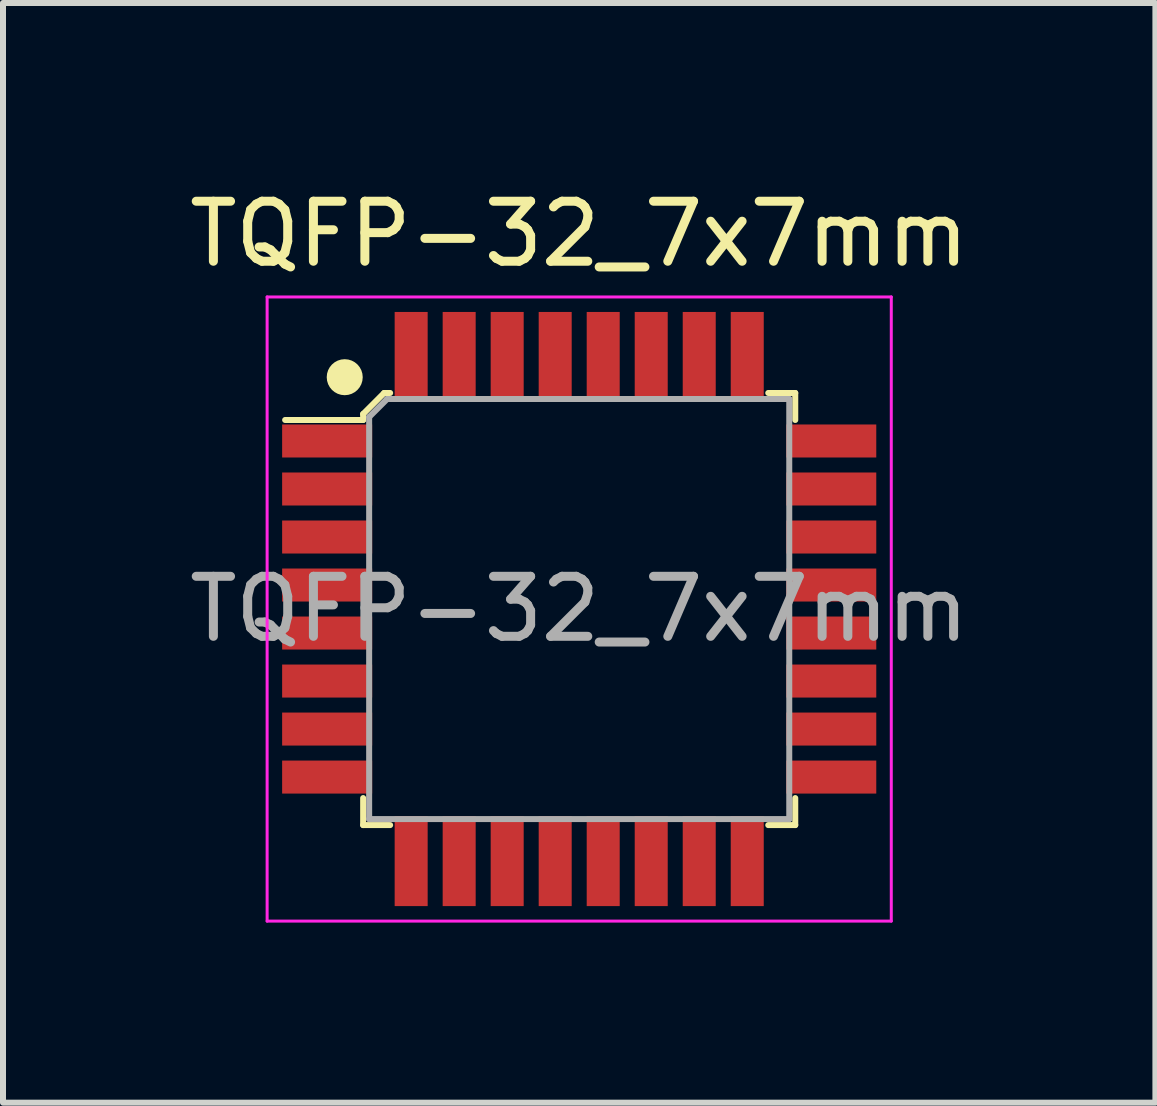
<source format=kicad_pcb>
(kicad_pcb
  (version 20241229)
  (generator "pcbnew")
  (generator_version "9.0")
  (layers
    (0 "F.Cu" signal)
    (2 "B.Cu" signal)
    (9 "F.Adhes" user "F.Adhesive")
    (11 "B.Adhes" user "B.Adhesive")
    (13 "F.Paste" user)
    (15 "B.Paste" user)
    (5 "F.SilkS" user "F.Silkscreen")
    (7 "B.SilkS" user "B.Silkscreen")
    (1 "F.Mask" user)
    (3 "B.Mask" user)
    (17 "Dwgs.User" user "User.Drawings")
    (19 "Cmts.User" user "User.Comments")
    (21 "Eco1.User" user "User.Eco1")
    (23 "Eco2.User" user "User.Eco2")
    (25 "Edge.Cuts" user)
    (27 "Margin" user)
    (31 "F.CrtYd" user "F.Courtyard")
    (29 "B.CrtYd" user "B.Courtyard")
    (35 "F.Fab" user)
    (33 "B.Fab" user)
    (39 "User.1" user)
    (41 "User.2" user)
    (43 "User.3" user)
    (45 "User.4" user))
  (footprint "TQFP-32_7x7mm"
    (layer "F.Cu")
    (at 6.601 7.098)
    (property "Reference" "TQFP-32_7x7mm" (at 0 -6.25 0) (layer "F.SilkS") (effects (font (size 1 1) (thickness 0.15))))
    (attr smd)
    (fp_line (start -3.6 -3.25) (end -3.6 -3.15) (stroke (width 0.1) (type solid)) (layer "F.SilkS"))
    (fp_line (start -3.6 -3.15) (end -4.9 -3.15) (stroke (width 0.1) (type solid)) (layer "F.SilkS"))
    (fp_line (start -3.6 3.6) (end -3.6 3.15) (stroke (width 0.1) (type solid)) (layer "F.SilkS"))
    (fp_line (start -3.6 3.6) (end -3.15 3.6) (stroke (width 0.1) (type solid)) (layer "F.SilkS"))
    (fp_line (start -3.25 -3.6) (end -3.6 -3.25) (stroke (width 0.1) (type solid)) (layer "F.SilkS"))
    (fp_line (start -3.15 -3.6) (end -3.25 -3.6) (stroke (width 0.1) (type solid)) (layer "F.SilkS"))
    (fp_line (start 3.6 -3.6) (end 3.15 -3.6) (stroke (width 0.1) (type solid)) (layer "F.SilkS"))
    (fp_line (start 3.6 -3.6) (end 3.6 -3.15) (stroke (width 0.1) (type solid)) (layer "F.SilkS"))
    (fp_line (start 3.6 3.6) (end 3.15 3.6) (stroke (width 0.1) (type solid)) (layer "F.SilkS"))
    (fp_line (start 3.6 3.6) (end 3.6 3.15) (stroke (width 0.1) (type solid)) (layer "F.SilkS"))
    (fp_circle (center -3.907 -3.863) (end -3.757 -3.863) (stroke (width 0.3) (type solid)) (fill no) (layer "F.SilkS"))
    (fp_line (start -5.2 -5.2) (end -5.2 5.2) (stroke (width 0.05) (type solid)) (layer "F.CrtYd"))
    (fp_line (start -5.2 -5.2) (end 5.2 -5.2) (stroke (width 0.05) (type solid)) (layer "F.CrtYd"))
    (fp_line (start -5.2 5.2) (end 5.2 5.2) (stroke (width 0.05) (type solid)) (layer "F.CrtYd"))
    (fp_line (start 5.2 -5.2) (end 5.2 5.2) (stroke (width 0.05) (type solid)) (layer "F.CrtYd"))
    (fp_line (start -3.5 -3.2) (end -3.5 3.5) (stroke (width 0.1) (type solid)) (layer "F.Fab"))
    (fp_line (start -3.5 -3.2) (end -3.2 -3.5) (stroke (width 0.1) (type solid)) (layer "F.Fab"))
    (fp_line (start -3.5 3.5) (end 3.5 3.5) (stroke (width 0.1) (type solid)) (layer "F.Fab"))
    (fp_line (start -3.2 -3.5) (end 3.5 -3.5) (stroke (width 0.1) (type solid)) (layer "F.Fab"))
    (fp_line (start 3.5 -3.5) (end 3.5 3.5) (stroke (width 0.1) (type solid)) (layer "F.Fab"))
    (fp_text user "${REFERENCE}" (at 0 0 0) (layer "F.Fab") (effects (font (size 1 1) (thickness 0.15))))
    (pad "1" smd rect (at -4.2 -2.8) (size 1.5 0.55) (layers "F.Cu" "F.Mask" "F.Paste"))
    (pad "2" smd rect (at -4.2 -2) (size 1.5 0.55) (layers "F.Cu" "F.Mask" "F.Paste"))
    (pad "3" smd rect (at -4.2 -1.2) (size 1.5 0.55) (layers "F.Cu" "F.Mask" "F.Paste"))
    (pad "4" smd rect (at -4.2 -0.4) (size 1.5 0.55) (layers "F.Cu" "F.Mask" "F.Paste"))
    (pad "5" smd rect (at -4.2 0.4) (size 1.5 0.55) (layers "F.Cu" "F.Mask" "F.Paste"))
    (pad "6" smd rect (at -4.2 1.2) (size 1.5 0.55) (layers "F.Cu" "F.Mask" "F.Paste"))
    (pad "7" smd rect (at -4.2 2) (size 1.5 0.55) (layers "F.Cu" "F.Mask" "F.Paste"))
    (pad "8" smd rect (at -4.2 2.8) (size 1.5 0.55) (layers "F.Cu" "F.Mask" "F.Paste"))
    (pad "9" smd rect (at -2.8 4.2) (size 0.55 1.5) (layers "F.Cu" "F.Mask" "F.Paste"))
    (pad "10" smd rect (at -2 4.2) (size 0.55 1.5) (layers "F.Cu" "F.Mask" "F.Paste"))
    (pad "11" smd rect (at -1.2 4.2) (size 0.55 1.5) (layers "F.Cu" "F.Mask" "F.Paste"))
    (pad "12" smd rect (at -0.4 4.2) (size 0.55 1.5) (layers "F.Cu" "F.Mask" "F.Paste"))
    (pad "13" smd rect (at 0.4 4.2) (size 0.55 1.5) (layers "F.Cu" "F.Mask" "F.Paste"))
    (pad "14" smd rect (at 1.2 4.2) (size 0.55 1.5) (layers "F.Cu" "F.Mask" "F.Paste"))
    (pad "15" smd rect (at 2 4.2) (size 0.55 1.5) (layers "F.Cu" "F.Mask" "F.Paste"))
    (pad "16" smd rect (at 2.8 4.2) (size 0.55 1.5) (layers "F.Cu" "F.Mask" "F.Paste"))
    (pad "17" smd rect (at 4.2 2.8) (size 1.5 0.55) (layers "F.Cu" "F.Mask" "F.Paste"))
    (pad "18" smd rect (at 4.2 2) (size 1.5 0.55) (layers "F.Cu" "F.Mask" "F.Paste"))
    (pad "19" smd rect (at 4.2 1.2) (size 1.5 0.55) (layers "F.Cu" "F.Mask" "F.Paste"))
    (pad "20" smd rect (at 4.2 0.4) (size 1.5 0.55) (layers "F.Cu" "F.Mask" "F.Paste"))
    (pad "21" smd rect (at 4.2 -0.4) (size 1.5 0.55) (layers "F.Cu" "F.Mask" "F.Paste"))
    (pad "22" smd rect (at 4.2 -1.2) (size 1.5 0.55) (layers "F.Cu" "F.Mask" "F.Paste"))
    (pad "23" smd rect (at 4.2 -2) (size 1.5 0.55) (layers "F.Cu" "F.Mask" "F.Paste"))
    (pad "24" smd rect (at 4.2 -2.8) (size 1.5 0.55) (layers "F.Cu" "F.Mask" "F.Paste"))
    (pad "25" smd rect (at 2.8 -4.2) (size 0.55 1.5) (layers "F.Cu" "F.Mask" "F.Paste"))
    (pad "26" smd rect (at 2 -4.2) (size 0.55 1.5) (layers "F.Cu" "F.Mask" "F.Paste"))
    (pad "27" smd rect (at 1.2 -4.2) (size 0.55 1.5) (layers "F.Cu" "F.Mask" "F.Paste"))
    (pad "28" smd rect (at 0.4 -4.2) (size 0.55 1.5) (layers "F.Cu" "F.Mask" "F.Paste"))
    (pad "29" smd rect (at -0.4 -4.2) (size 0.55 1.5) (layers "F.Cu" "F.Mask" "F.Paste"))
    (pad "30" smd rect (at -1.2 -4.2) (size 0.55 1.5) (layers "F.Cu" "F.Mask" "F.Paste"))
    (pad "31" smd rect (at -2 -4.2) (size 0.55 1.5) (layers "F.Cu" "F.Mask" "F.Paste"))
    (pad "32" smd rect (at -2.8 -4.2) (size 0.55 1.5) (layers "F.Cu" "F.Mask" "F.Paste")))
  (gr_rect
    (start -3 -3)
    (end 16.202 15.323)
    (stroke (width 0.1) (type default))
    (fill no)
    (layer "Edge.Cuts")))
</source>
